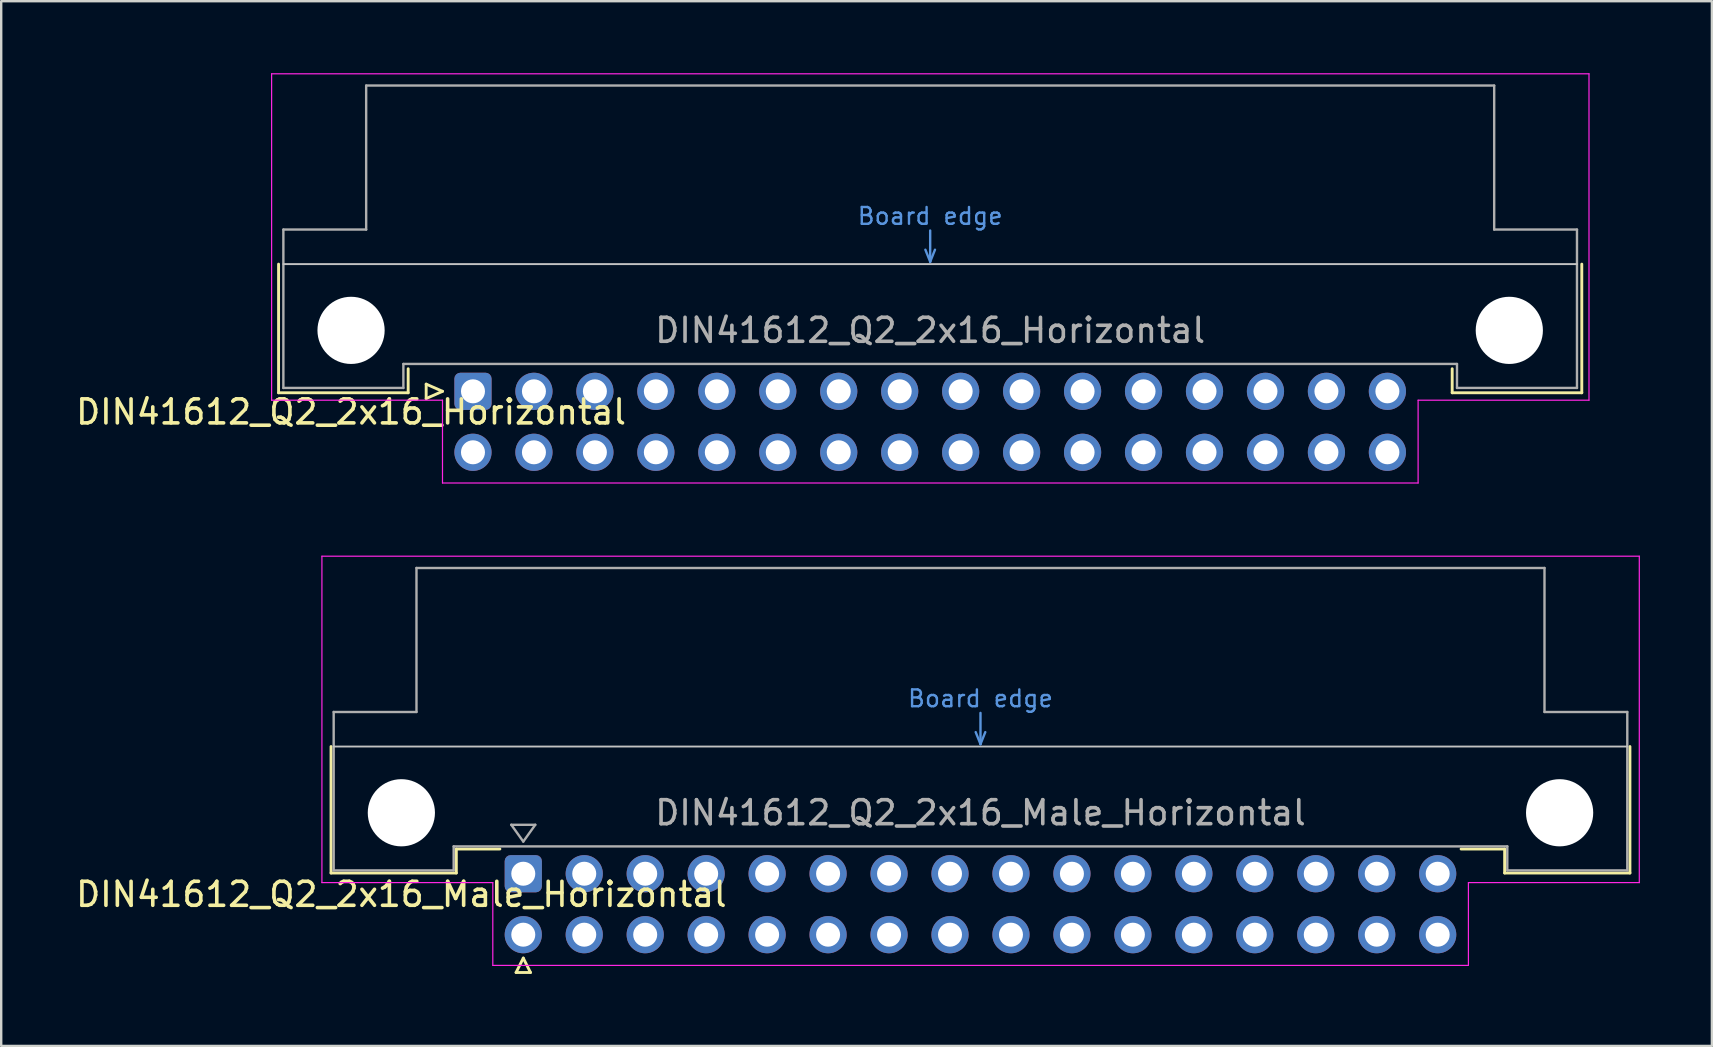
<source format=kicad_pcb>
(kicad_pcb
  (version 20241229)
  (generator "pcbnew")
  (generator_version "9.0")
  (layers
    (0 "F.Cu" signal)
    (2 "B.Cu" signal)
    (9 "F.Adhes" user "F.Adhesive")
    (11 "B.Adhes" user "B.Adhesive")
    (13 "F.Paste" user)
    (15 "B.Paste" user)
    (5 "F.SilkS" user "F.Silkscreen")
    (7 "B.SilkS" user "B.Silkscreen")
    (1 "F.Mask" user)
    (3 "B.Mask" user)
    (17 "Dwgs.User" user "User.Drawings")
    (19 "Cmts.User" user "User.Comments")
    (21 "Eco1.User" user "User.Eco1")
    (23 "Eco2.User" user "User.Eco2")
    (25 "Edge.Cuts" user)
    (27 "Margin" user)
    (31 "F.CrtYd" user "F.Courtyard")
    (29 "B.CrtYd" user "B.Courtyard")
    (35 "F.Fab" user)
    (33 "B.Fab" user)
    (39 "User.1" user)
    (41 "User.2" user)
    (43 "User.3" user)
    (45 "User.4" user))
  (footprint "DIN41612_Q2_2x16_Male_Horizontal"
    (layer "F.Cu")
    (at 18.753 33.355)
    (property "Reference" "DIN41612_Q2_2x16_Male_Horizontal" (at -5.08 0.86 0) (layer "F.SilkS") (effects (font (size 1 1) (thickness 0.15))))
    (attr through_hole)
    (fp_line (start -8.01 -5.3) (end -8.01 -0.03) (stroke (width 0.12) (type solid)) (layer "F.SilkS"))
    (fp_line (start -8.01 -0.03) (end -2.79 -0.03) (stroke (width 0.12) (type solid)) (layer "F.SilkS"))
    (fp_line (start -2.79 -1.03) (end -0.975 -1.03) (stroke (width 0.12) (type solid)) (layer "F.SilkS"))
    (fp_line (start -2.79 -0.03) (end -2.79 -1.03) (stroke (width 0.12) (type solid)) (layer "F.SilkS"))
    (fp_line (start -0.3 4.115) (end 0.3 4.115) (stroke (width 0.12) (type solid)) (layer "F.SilkS"))
    (fp_line (start 0 3.515) (end -0.3 4.115) (stroke (width 0.12) (type solid)) (layer "F.SilkS"))
    (fp_line (start 0.3 4.115) (end 0 3.515) (stroke (width 0.12) (type solid)) (layer "F.SilkS"))
    (fp_line (start 40.89 -1.03) (end 39.075 -1.03) (stroke (width 0.12) (type solid)) (layer "F.SilkS"))
    (fp_line (start 40.89 -0.03) (end 40.89 -1.03) (stroke (width 0.12) (type solid)) (layer "F.SilkS"))
    (fp_line (start 46.11 -5.3) (end 46.11 -0.03) (stroke (width 0.12) (type solid)) (layer "F.SilkS"))
    (fp_line (start 46.11 -0.03) (end 40.89 -0.03) (stroke (width 0.12) (type solid)) (layer "F.SilkS"))
    (fp_line (start -7.9 -5.3) (end 46 -5.3) (stroke (width 0.08) (type solid)) (layer "Dwgs.User"))
    (fp_line (start 18.85 -5.9) (end 19.05 -5.4) (stroke (width 0.1) (type solid)) (layer "Cmts.User"))
    (fp_line (start 19.05 -5.4) (end 19.05 -6.7) (stroke (width 0.1) (type solid)) (layer "Cmts.User"))
    (fp_line (start 19.05 -5.4) (end 19.25 -5.9) (stroke (width 0.1) (type solid)) (layer "Cmts.User"))
    (fp_line (start -8.39 -13.23) (end -8.39 0.37) (stroke (width 0.05) (type solid)) (layer "F.CrtYd"))
    (fp_line (start -8.39 0.37) (end -1.27 0.37) (stroke (width 0.05) (type solid)) (layer "F.CrtYd"))
    (fp_line (start -1.27 0.37) (end -1.27 3.82) (stroke (width 0.05) (type solid)) (layer "F.CrtYd"))
    (fp_line (start -1.27 3.82) (end 39.38 3.82) (stroke (width 0.05) (type solid)) (layer "F.CrtYd"))
    (fp_line (start 39.38 0.37) (end 46.5 0.37) (stroke (width 0.05) (type solid)) (layer "F.CrtYd"))
    (fp_line (start 39.38 3.82) (end 39.38 0.37) (stroke (width 0.05) (type solid)) (layer "F.CrtYd"))
    (fp_line (start 46.5 -13.23) (end -8.39 -13.23) (stroke (width 0.05) (type solid)) (layer "F.CrtYd"))
    (fp_line (start 46.5 0.37) (end 46.5 -13.23) (stroke (width 0.05) (type solid)) (layer "F.CrtYd"))
    (fp_line (start -7.9 -6.74) (end -7.9 -0.14) (stroke (width 0.1) (type solid)) (layer "F.Fab"))
    (fp_line (start -7.9 -0.14) (end -2.9 -0.14) (stroke (width 0.1) (type solid)) (layer "F.Fab"))
    (fp_line (start -4.45 -12.74) (end -4.45 -6.74) (stroke (width 0.1) (type solid)) (layer "F.Fab"))
    (fp_line (start -4.45 -6.74) (end -7.9 -6.74) (stroke (width 0.1) (type solid)) (layer "F.Fab"))
    (fp_line (start -2.9 -1.14) (end 41 -1.14) (stroke (width 0.1) (type solid)) (layer "F.Fab"))
    (fp_line (start -2.9 -0.14) (end -2.9 -1.14) (stroke (width 0.1) (type solid)) (layer "F.Fab"))
    (fp_line (start -0.5 -2.04) (end 0.5 -2.04) (stroke (width 0.1) (type solid)) (layer "F.Fab"))
    (fp_line (start 0 -1.34) (end -0.5 -2.04) (stroke (width 0.1) (type solid)) (layer "F.Fab"))
    (fp_line (start 0.5 -2.04) (end 0 -1.34) (stroke (width 0.1) (type solid)) (layer "F.Fab"))
    (fp_line (start 41 -1.14) (end 41 -0.14) (stroke (width 0.1) (type solid)) (layer "F.Fab"))
    (fp_line (start 41 -0.14) (end 46 -0.14) (stroke (width 0.1) (type solid)) (layer "F.Fab"))
    (fp_line (start 42.55 -12.74) (end -4.45 -12.74) (stroke (width 0.1) (type solid)) (layer "F.Fab"))
    (fp_line (start 42.55 -6.74) (end 42.55 -12.74) (stroke (width 0.1) (type solid)) (layer "F.Fab"))
    (fp_line (start 46 -6.74) (end 42.55 -6.74) (stroke (width 0.1) (type solid)) (layer "F.Fab"))
    (fp_line (start 46 -0.14) (end 46 -6.74) (stroke (width 0.1) (type solid)) (layer "F.Fab"))
    (fp_text user "Board edge" (at 19.05 -7.3 0) (layer "Cmts.User") (effects (font (size 0.7 0.7) (thickness 0.1))))
    (fp_text user "${REFERENCE}" (at 19.05 -2.54 0) (layer "F.Fab") (effects (font (size 1 1) (thickness 0.15))))
    (pad "" np_thru_hole circle (at -5.08 -2.54) (size 2.8 2.8) (drill 2.8) (layers "*.Cu" "*.Mask"))
    (pad "" np_thru_hole circle (at 43.18 -2.54) (size 2.8 2.8) (drill 2.8) (layers "*.Cu" "*.Mask"))
    (pad "a1" thru_hole roundrect (at 0 0) (size 1.55 1.55) (drill 1) (layers "*.Cu" "*.Mask") (roundrect_rratio 0.161))
    (pad "a2" thru_hole circle (at 2.54 0) (size 1.55 1.55) (drill 1) (layers "*.Cu" "*.Mask"))
    (pad "a3" thru_hole circle (at 5.08 0) (size 1.55 1.55) (drill 1) (layers "*.Cu" "*.Mask"))
    (pad "a4" thru_hole circle (at 7.62 0) (size 1.55 1.55) (drill 1) (layers "*.Cu" "*.Mask"))
    (pad "a5" thru_hole circle (at 10.16 0) (size 1.55 1.55) (drill 1) (layers "*.Cu" "*.Mask"))
    (pad "a6" thru_hole circle (at 12.7 0) (size 1.55 1.55) (drill 1) (layers "*.Cu" "*.Mask"))
    (pad "a7" thru_hole circle (at 15.24 0) (size 1.55 1.55) (drill 1) (layers "*.Cu" "*.Mask"))
    (pad "a8" thru_hole circle (at 17.78 0) (size 1.55 1.55) (drill 1) (layers "*.Cu" "*.Mask"))
    (pad "a9" thru_hole circle (at 20.32 0) (size 1.55 1.55) (drill 1) (layers "*.Cu" "*.Mask"))
    (pad "a10" thru_hole circle (at 22.86 0) (size 1.55 1.55) (drill 1) (layers "*.Cu" "*.Mask"))
    (pad "a11" thru_hole circle (at 25.4 0) (size 1.55 1.55) (drill 1) (layers "*.Cu" "*.Mask"))
    (pad "a12" thru_hole circle (at 27.94 0) (size 1.55 1.55) (drill 1) (layers "*.Cu" "*.Mask"))
    (pad "a13" thru_hole circle (at 30.48 0) (size 1.55 1.55) (drill 1) (layers "*.Cu" "*.Mask"))
    (pad "a14" thru_hole circle (at 33.02 0) (size 1.55 1.55) (drill 1) (layers "*.Cu" "*.Mask"))
    (pad "a15" thru_hole circle (at 35.56 0) (size 1.55 1.55) (drill 1) (layers "*.Cu" "*.Mask"))
    (pad "a16" thru_hole circle (at 38.1 0) (size 1.55 1.55) (drill 1) (layers "*.Cu" "*.Mask"))
    (pad "b1" thru_hole circle (at 0 2.54) (size 1.55 1.55) (drill 1) (layers "*.Cu" "*.Mask"))
    (pad "b2" thru_hole circle (at 2.54 2.54) (size 1.55 1.55) (drill 1) (layers "*.Cu" "*.Mask"))
    (pad "b3" thru_hole circle (at 5.08 2.54) (size 1.55 1.55) (drill 1) (layers "*.Cu" "*.Mask"))
    (pad "b4" thru_hole circle (at 7.62 2.54) (size 1.55 1.55) (drill 1) (layers "*.Cu" "*.Mask"))
    (pad "b5" thru_hole circle (at 10.16 2.54) (size 1.55 1.55) (drill 1) (layers "*.Cu" "*.Mask"))
    (pad "b6" thru_hole circle (at 12.7 2.54) (size 1.55 1.55) (drill 1) (layers "*.Cu" "*.Mask"))
    (pad "b7" thru_hole circle (at 15.24 2.54) (size 1.55 1.55) (drill 1) (layers "*.Cu" "*.Mask"))
    (pad "b8" thru_hole circle (at 17.78 2.54) (size 1.55 1.55) (drill 1) (layers "*.Cu" "*.Mask"))
    (pad "b9" thru_hole circle (at 20.32 2.54) (size 1.55 1.55) (drill 1) (layers "*.Cu" "*.Mask"))
    (pad "b10" thru_hole circle (at 22.86 2.54) (size 1.55 1.55) (drill 1) (layers "*.Cu" "*.Mask"))
    (pad "b11" thru_hole circle (at 25.4 2.54) (size 1.55 1.55) (drill 1) (layers "*.Cu" "*.Mask"))
    (pad "b12" thru_hole circle (at 27.94 2.54) (size 1.55 1.55) (drill 1) (layers "*.Cu" "*.Mask"))
    (pad "b13" thru_hole circle (at 30.48 2.54) (size 1.55 1.55) (drill 1) (layers "*.Cu" "*.Mask"))
    (pad "b14" thru_hole circle (at 33.02 2.54) (size 1.55 1.55) (drill 1) (layers "*.Cu" "*.Mask"))
    (pad "b15" thru_hole circle (at 35.56 2.54) (size 1.55 1.55) (drill 1) (layers "*.Cu" "*.Mask"))
    (pad "b16" thru_hole circle (at 38.1 2.54) (size 1.55 1.55) (drill 1) (layers "*.Cu" "*.Mask")))
  (footprint "DIN41612_Q2_2x16_Horizontal"
    (layer "F.Cu")
    (at 16.657 13.255)
    (property "Reference" "DIN41612_Q2_2x16_Horizontal" (at -5.08 0.86 0) (layer "F.SilkS") (effects (font (size 1 1) (thickness 0.15))))
    (attr through_hole)
    (fp_line (start -8.1 -5.3) (end -8.1 0.06) (stroke (width 0.12) (type solid)) (layer "F.SilkS"))
    (fp_line (start -8.1 0.06) (end -2.7 0.06) (stroke (width 0.12) (type solid)) (layer "F.SilkS"))
    (fp_line (start -2.7 0.06) (end -2.7 -0.94) (stroke (width 0.12) (type solid)) (layer "F.SilkS"))
    (fp_line (start -1.95 -0.3) (end -1.95 0.3) (stroke (width 0.12) (type solid)) (layer "F.SilkS"))
    (fp_line (start -1.95 0.3) (end -1.27 0) (stroke (width 0.12) (type solid)) (layer "F.SilkS"))
    (fp_line (start -1.27 0) (end -1.95 -0.3) (stroke (width 0.12) (type solid)) (layer "F.SilkS"))
    (fp_line (start 40.8 0.06) (end 40.8 -0.94) (stroke (width 0.12) (type solid)) (layer "F.SilkS"))
    (fp_line (start 46.2 -5.3) (end 46.2 0.06) (stroke (width 0.12) (type solid)) (layer "F.SilkS"))
    (fp_line (start 46.2 0.06) (end 40.8 0.06) (stroke (width 0.12) (type solid)) (layer "F.SilkS"))
    (fp_line (start -7.9 -5.3) (end 46 -5.3) (stroke (width 0.08) (type solid)) (layer "Dwgs.User"))
    (fp_line (start 18.85 -5.9) (end 19.05 -5.4) (stroke (width 0.1) (type solid)) (layer "Cmts.User"))
    (fp_line (start 19.05 -5.4) (end 19.05 -6.7) (stroke (width 0.1) (type solid)) (layer "Cmts.User"))
    (fp_line (start 19.05 -5.4) (end 19.25 -5.9) (stroke (width 0.1) (type solid)) (layer "Cmts.User"))
    (fp_line (start -8.39 -13.23) (end -8.39 0.37) (stroke (width 0.05) (type solid)) (layer "F.CrtYd"))
    (fp_line (start -8.39 0.37) (end -1.27 0.37) (stroke (width 0.05) (type solid)) (layer "F.CrtYd"))
    (fp_line (start -1.27 0.37) (end -1.27 3.82) (stroke (width 0.05) (type solid)) (layer "F.CrtYd"))
    (fp_line (start -1.27 3.82) (end 39.38 3.82) (stroke (width 0.05) (type solid)) (layer "F.CrtYd"))
    (fp_line (start 39.38 0.37) (end 46.5 0.37) (stroke (width 0.05) (type solid)) (layer "F.CrtYd"))
    (fp_line (start 39.38 3.82) (end 39.38 0.37) (stroke (width 0.05) (type solid)) (layer "F.CrtYd"))
    (fp_line (start 46.5 -13.23) (end -8.39 -13.23) (stroke (width 0.05) (type solid)) (layer "F.CrtYd"))
    (fp_line (start 46.5 0.37) (end 46.5 -13.23) (stroke (width 0.05) (type solid)) (layer "F.CrtYd"))
    (fp_line (start -7.9 -6.74) (end -7.9 -0.14) (stroke (width 0.1) (type solid)) (layer "F.Fab"))
    (fp_line (start -7.9 -0.14) (end -2.9 -0.14) (stroke (width 0.1) (type solid)) (layer "F.Fab"))
    (fp_line (start -4.45 -12.74) (end -4.45 -6.74) (stroke (width 0.1) (type solid)) (layer "F.Fab"))
    (fp_line (start -4.45 -6.74) (end -7.9 -6.74) (stroke (width 0.1) (type solid)) (layer "F.Fab"))
    (fp_line (start -2.9 -1.14) (end 41 -1.14) (stroke (width 0.1) (type solid)) (layer "F.Fab"))
    (fp_line (start -2.9 -0.14) (end -2.9 -1.14) (stroke (width 0.1) (type solid)) (layer "F.Fab"))
    (fp_line (start 41 -1.14) (end 41 -0.14) (stroke (width 0.1) (type solid)) (layer "F.Fab"))
    (fp_line (start 41 -0.14) (end 46 -0.14) (stroke (width 0.1) (type solid)) (layer "F.Fab"))
    (fp_line (start 42.55 -12.74) (end -4.45 -12.74) (stroke (width 0.1) (type solid)) (layer "F.Fab"))
    (fp_line (start 42.55 -6.74) (end 42.55 -12.74) (stroke (width 0.1) (type solid)) (layer "F.Fab"))
    (fp_line (start 46 -6.74) (end 42.55 -6.74) (stroke (width 0.1) (type solid)) (layer "F.Fab"))
    (fp_line (start 46 -0.14) (end 46 -6.74) (stroke (width 0.1) (type solid)) (layer "F.Fab"))
    (fp_text user "Board edge" (at 19.05 -7.3 0) (layer "Cmts.User") (effects (font (size 0.7 0.7) (thickness 0.1))))
    (fp_text user "${REFERENCE}" (at 19.05 -2.54 0) (layer "F.Fab") (effects (font (size 1 1) (thickness 0.15))))
    (pad "" np_thru_hole circle (at -5.08 -2.54) (size 2.8 2.8) (drill 2.8) (layers "*.Cu" "*.Mask"))
    (pad "" np_thru_hole circle (at 43.18 -2.54) (size 2.8 2.8) (drill 2.8) (layers "*.Cu" "*.Mask"))
    (pad "a1" thru_hole roundrect (at 0 0) (size 1.55 1.55) (drill 1) (layers "*.Cu" "*.Mask") (roundrect_rratio 0.161))
    (pad "a2" thru_hole circle (at 2.54 0) (size 1.55 1.55) (drill 1) (layers "*.Cu" "*.Mask"))
    (pad "a3" thru_hole circle (at 5.08 0) (size 1.55 1.55) (drill 1) (layers "*.Cu" "*.Mask"))
    (pad "a4" thru_hole circle (at 7.62 0) (size 1.55 1.55) (drill 1) (layers "*.Cu" "*.Mask"))
    (pad "a5" thru_hole circle (at 10.16 0) (size 1.55 1.55) (drill 1) (layers "*.Cu" "*.Mask"))
    (pad "a6" thru_hole circle (at 12.7 0) (size 1.55 1.55) (drill 1) (layers "*.Cu" "*.Mask"))
    (pad "a7" thru_hole circle (at 15.24 0) (size 1.55 1.55) (drill 1) (layers "*.Cu" "*.Mask"))
    (pad "a8" thru_hole circle (at 17.78 0) (size 1.55 1.55) (drill 1) (layers "*.Cu" "*.Mask"))
    (pad "a9" thru_hole circle (at 20.32 0) (size 1.55 1.55) (drill 1) (layers "*.Cu" "*.Mask"))
    (pad "a10" thru_hole circle (at 22.86 0) (size 1.55 1.55) (drill 1) (layers "*.Cu" "*.Mask"))
    (pad "a11" thru_hole circle (at 25.4 0) (size 1.55 1.55) (drill 1) (layers "*.Cu" "*.Mask"))
    (pad "a12" thru_hole circle (at 27.94 0) (size 1.55 1.55) (drill 1) (layers "*.Cu" "*.Mask"))
    (pad "a13" thru_hole circle (at 30.48 0) (size 1.55 1.55) (drill 1) (layers "*.Cu" "*.Mask"))
    (pad "a14" thru_hole circle (at 33.02 0) (size 1.55 1.55) (drill 1) (layers "*.Cu" "*.Mask"))
    (pad "a15" thru_hole circle (at 35.56 0) (size 1.55 1.55) (drill 1) (layers "*.Cu" "*.Mask"))
    (pad "a16" thru_hole circle (at 38.1 0) (size 1.55 1.55) (drill 1) (layers "*.Cu" "*.Mask"))
    (pad "b1" thru_hole circle (at 0 2.54) (size 1.55 1.55) (drill 1) (layers "*.Cu" "*.Mask"))
    (pad "b2" thru_hole circle (at 2.54 2.54) (size 1.55 1.55) (drill 1) (layers "*.Cu" "*.Mask"))
    (pad "b3" thru_hole circle (at 5.08 2.54) (size 1.55 1.55) (drill 1) (layers "*.Cu" "*.Mask"))
    (pad "b4" thru_hole circle (at 7.62 2.54) (size 1.55 1.55) (drill 1) (layers "*.Cu" "*.Mask"))
    (pad "b5" thru_hole circle (at 10.16 2.54) (size 1.55 1.55) (drill 1) (layers "*.Cu" "*.Mask"))
    (pad "b6" thru_hole circle (at 12.7 2.54) (size 1.55 1.55) (drill 1) (layers "*.Cu" "*.Mask"))
    (pad "b7" thru_hole circle (at 15.24 2.54) (size 1.55 1.55) (drill 1) (layers "*.Cu" "*.Mask"))
    (pad "b8" thru_hole circle (at 17.78 2.54) (size 1.55 1.55) (drill 1) (layers "*.Cu" "*.Mask"))
    (pad "b9" thru_hole circle (at 20.32 2.54) (size 1.55 1.55) (drill 1) (layers "*.Cu" "*.Mask"))
    (pad "b10" thru_hole circle (at 22.86 2.54) (size 1.55 1.55) (drill 1) (layers "*.Cu" "*.Mask"))
    (pad "b11" thru_hole circle (at 25.4 2.54) (size 1.55 1.55) (drill 1) (layers "*.Cu" "*.Mask"))
    (pad "b12" thru_hole circle (at 27.94 2.54) (size 1.55 1.55) (drill 1) (layers "*.Cu" "*.Mask"))
    (pad "b13" thru_hole circle (at 30.48 2.54) (size 1.55 1.55) (drill 1) (layers "*.Cu" "*.Mask"))
    (pad "b14" thru_hole circle (at 33.02 2.54) (size 1.55 1.55) (drill 1) (layers "*.Cu" "*.Mask"))
    (pad "b15" thru_hole circle (at 35.56 2.54) (size 1.55 1.55) (drill 1) (layers "*.Cu" "*.Mask"))
    (pad "b16" thru_hole circle (at 38.1 2.54) (size 1.55 1.55) (drill 1) (layers "*.Cu" "*.Mask")))
  (gr_rect
    (start -3 -3)
    (end 68.278 40.53)
    (stroke (width 0.1) (type default))
    (fill no)
    (layer "Edge.Cuts")))
</source>
